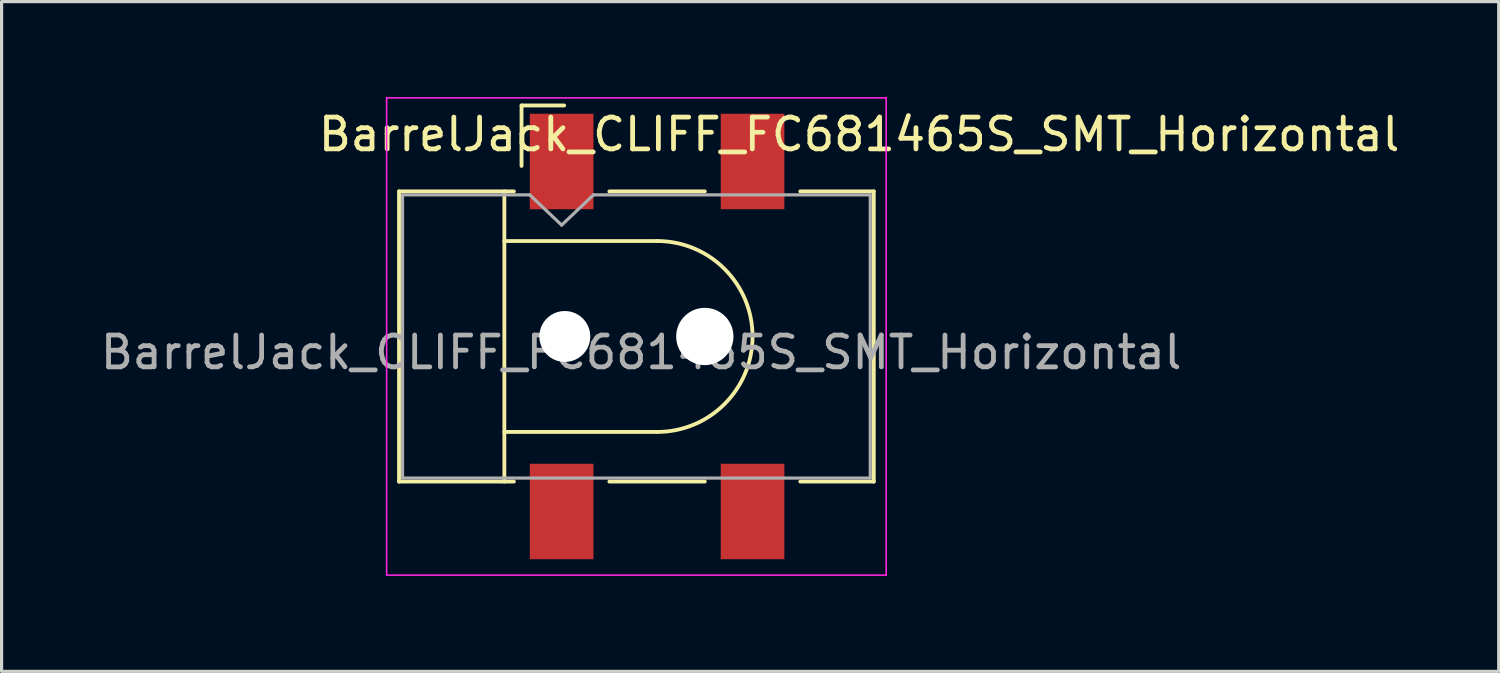
<source format=kicad_pcb>
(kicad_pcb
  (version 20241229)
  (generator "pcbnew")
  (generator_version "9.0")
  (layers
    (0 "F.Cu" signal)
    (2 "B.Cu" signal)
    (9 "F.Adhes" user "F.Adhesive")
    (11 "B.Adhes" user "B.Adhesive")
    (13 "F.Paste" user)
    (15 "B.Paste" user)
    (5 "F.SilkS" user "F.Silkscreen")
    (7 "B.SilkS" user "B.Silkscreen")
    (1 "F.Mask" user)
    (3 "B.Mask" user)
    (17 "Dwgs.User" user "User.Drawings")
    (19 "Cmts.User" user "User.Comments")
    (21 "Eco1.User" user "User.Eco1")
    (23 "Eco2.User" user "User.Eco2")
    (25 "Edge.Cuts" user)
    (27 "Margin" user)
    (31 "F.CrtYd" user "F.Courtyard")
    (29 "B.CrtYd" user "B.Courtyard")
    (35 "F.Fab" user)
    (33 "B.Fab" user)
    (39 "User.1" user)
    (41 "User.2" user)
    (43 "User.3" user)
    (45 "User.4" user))
  (footprint "BarrelJack_CLIFF_FC681465S_SMT_Horizontal"
    (layer "F.Cu")
    (at 17.601 7.525)
    (property "Reference" "BarrelJack_CLIFF_FC681465S_SMT_Horizontal" (at 6.35 -6.35 0) (layer "F.SilkS") (effects (font (size 1 1) (thickness 0.15))))
    (attr smd)
    (fp_line (start -8.11 -4.56) (end -4.5 -4.56) (stroke (width 0.12) (type solid)) (layer "F.SilkS"))
    (fp_line (start -8.11 4.56) (end -8.11 -4.56) (stroke (width 0.12) (type solid)) (layer "F.SilkS"))
    (fp_line (start -8.11 4.56) (end -4.5 4.56) (stroke (width 0.12) (type solid)) (layer "F.SilkS"))
    (fp_line (start -4.8 -3) (end 0 -3) (stroke (width 0.12) (type solid)) (layer "F.SilkS"))
    (fp_line (start -4.8 3) (end 0 3) (stroke (width 0.12) (type solid)) (layer "F.SilkS"))
    (fp_line (start -4.8 4.56) (end -4.8 -4.56) (stroke (width 0.12) (type solid)) (layer "F.SilkS"))
    (fp_line (start -4.26 -7.26) (end -4.26 -5.36) (stroke (width 0.12) (type solid)) (layer "F.SilkS"))
    (fp_line (start -2.92 -7.26) (end -4.26 -7.26) (stroke (width 0.12) (type solid)) (layer "F.SilkS"))
    (fp_line (start -1.5 -4.56) (end 1.5 -4.56) (stroke (width 0.12) (type solid)) (layer "F.SilkS"))
    (fp_line (start -1.5 4.56) (end 1.5 4.56) (stroke (width 0.12) (type solid)) (layer "F.SilkS"))
    (fp_line (start 4.5 -4.56) (end 6.81 -4.56) (stroke (width 0.12) (type solid)) (layer "F.SilkS"))
    (fp_line (start 4.5 4.56) (end 6.81 4.56) (stroke (width 0.12) (type solid)) (layer "F.SilkS"))
    (fp_line (start 6.81 4.56) (end 6.81 -4.56) (stroke (width 0.12) (type solid)) (layer "F.SilkS"))
    (fp_arc (start 0 -3) (mid 3 0) (end 0 3) (stroke (width 0.12) (type solid)) (layer "F.SilkS"))
    (fp_line (start -8.5 -7.5) (end 7.2 -7.5) (stroke (width 0.05) (type solid)) (layer "F.CrtYd"))
    (fp_line (start -8.5 7.5) (end -8.5 -7.5) (stroke (width 0.05) (type solid)) (layer "F.CrtYd"))
    (fp_line (start -8.5 7.5) (end 7.2 7.5) (stroke (width 0.05) (type solid)) (layer "F.CrtYd"))
    (fp_line (start 7.2 7.5) (end 7.2 -7.5) (stroke (width 0.05) (type solid)) (layer "F.CrtYd"))
    (fp_line (start -8 -4.45) (end -4 -4.45) (stroke (width 0.1) (type solid)) (layer "F.Fab"))
    (fp_line (start -8 4.45) (end -8 -4.45) (stroke (width 0.1) (type solid)) (layer "F.Fab"))
    (fp_line (start -8 4.45) (end 6.7 4.45) (stroke (width 0.1) (type solid)) (layer "F.Fab"))
    (fp_line (start -4 -4.45) (end -3 -3.5) (stroke (width 0.1) (type solid)) (layer "F.Fab"))
    (fp_line (start -3 -3.5) (end -2 -4.45) (stroke (width 0.1) (type solid)) (layer "F.Fab"))
    (fp_line (start -2 -4.45) (end 6.7 -4.45) (stroke (width 0.1) (type solid)) (layer "F.Fab"))
    (fp_line (start 6.7 4.45) (end 6.7 -4.45) (stroke (width 0.1) (type solid)) (layer "F.Fab"))
    (fp_text user "${REFERENCE}" (at -0.5 0.5 180) (layer "F.Fab") (effects (font (size 1 1) (thickness 0.15))))
    (pad "" np_thru_hole oval (at -2.9 0 90) (size 1.6 1.6) (drill oval 1.6) (layers "*.Cu" "*.Mask"))
    (pad "" np_thru_hole circle (at 1.5 0 90) (size 1.8 1.8) (drill 1.8) (layers "*.Cu" "*.Mask"))
    (pad "1" smd rect (at 3 -5.5 90) (size 3 2) (layers "F.Cu" "F.Mask" "F.Paste"))
    (pad "2" smd rect (at 3 5.5 90) (size 3 2) (layers "F.Cu" "F.Mask" "F.Paste"))
    (pad "3" smd rect (at -3 5.5 90) (size 3 2) (layers "F.Cu" "F.Mask" "F.Paste"))
    (pad "4" smd rect (at -3 -5.5 90) (size 3 2) (layers "F.Cu" "F.Mask" "F.Paste")))
  (gr_rect
    (start -3 -3)
    (end 44.052 18.05)
    (stroke (width 0.1) (type default))
    (fill no)
    (layer "Edge.Cuts")))
</source>
